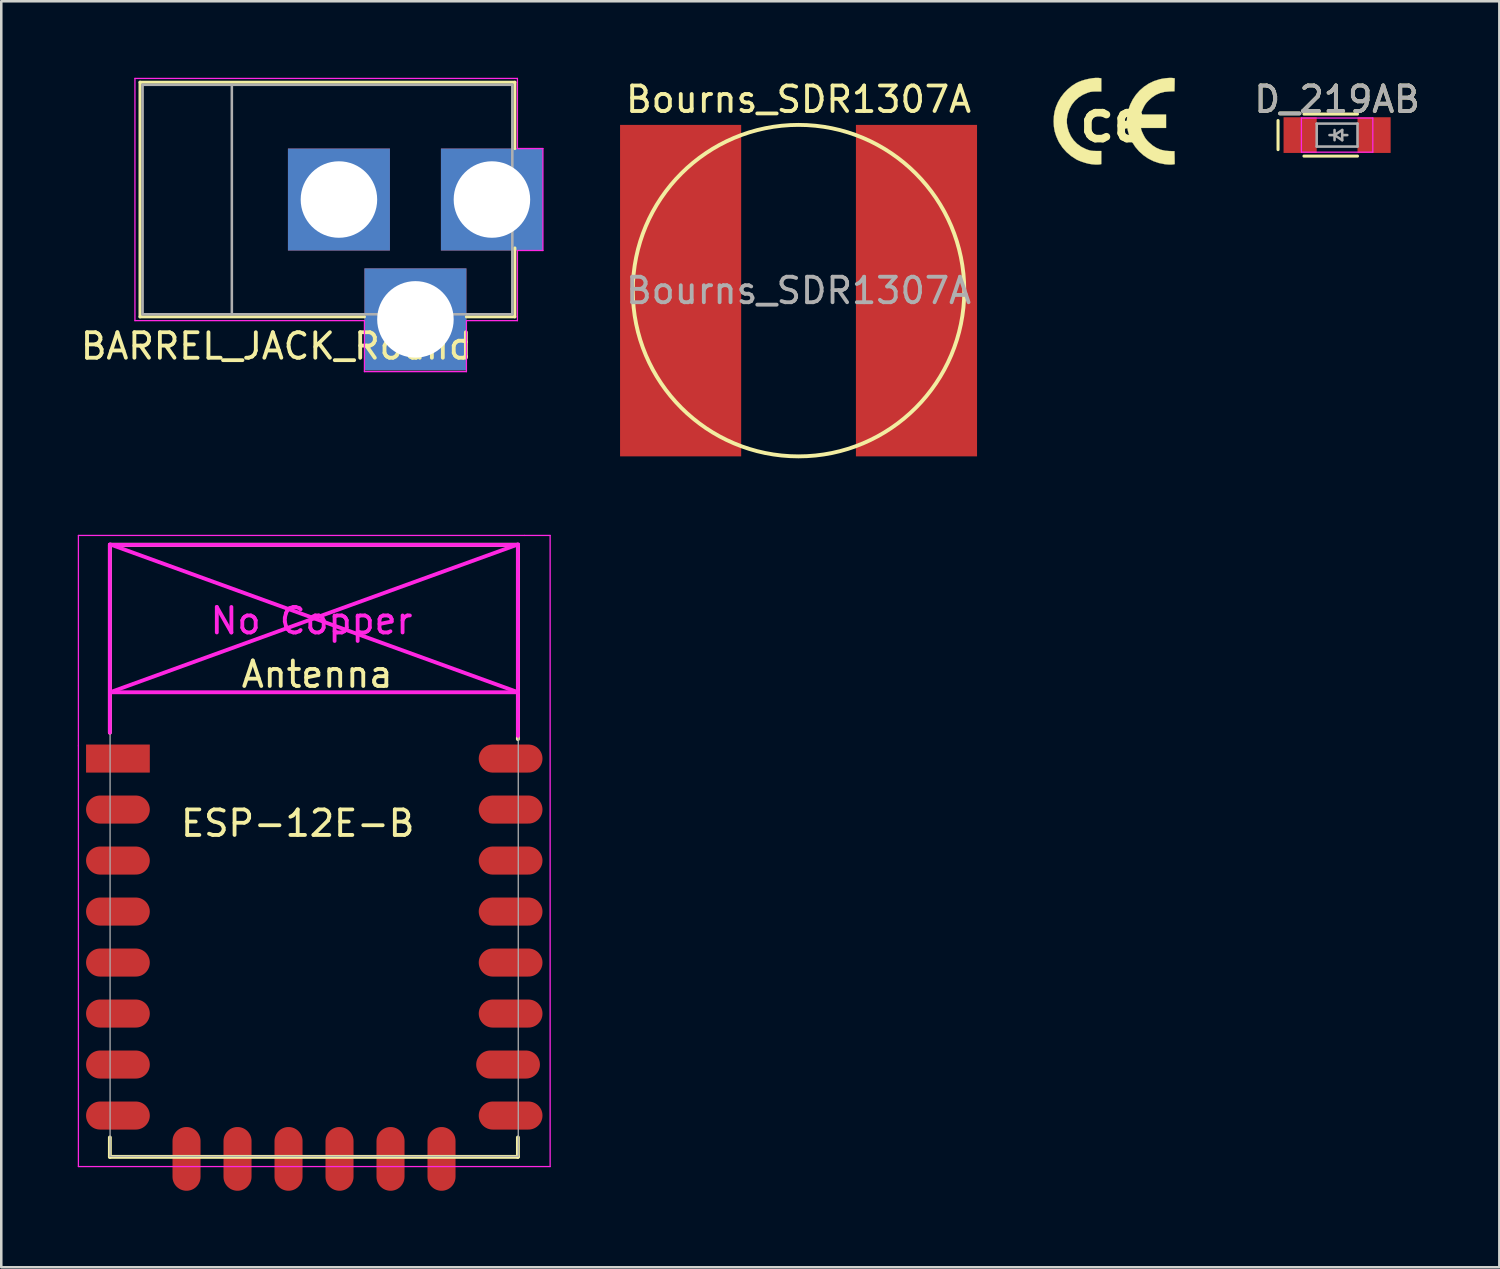
<source format=kicad_pcb>
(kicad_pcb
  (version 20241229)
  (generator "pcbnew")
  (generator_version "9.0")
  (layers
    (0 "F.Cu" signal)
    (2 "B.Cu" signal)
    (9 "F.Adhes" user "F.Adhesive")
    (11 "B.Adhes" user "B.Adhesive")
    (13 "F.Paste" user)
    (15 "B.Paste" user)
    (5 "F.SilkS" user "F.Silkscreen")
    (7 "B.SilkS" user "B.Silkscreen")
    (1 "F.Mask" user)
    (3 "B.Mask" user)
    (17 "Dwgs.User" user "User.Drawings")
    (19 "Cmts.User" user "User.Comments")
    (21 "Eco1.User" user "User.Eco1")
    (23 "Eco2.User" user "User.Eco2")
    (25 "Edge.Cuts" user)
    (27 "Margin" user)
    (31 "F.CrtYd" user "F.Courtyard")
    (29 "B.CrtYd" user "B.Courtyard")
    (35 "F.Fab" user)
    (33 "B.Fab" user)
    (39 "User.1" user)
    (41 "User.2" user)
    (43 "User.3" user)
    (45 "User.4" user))
  (footprint "D_219AB"
    (layer "F.Cu")
    (at 49.388 2.248)
    (property "Reference" "D_219AB" (at 0 -1.4 0) (layer "F.SilkS") (effects (font (size 1 1) (thickness 0.15))))
    (attr smd)
    (fp_line (start -2.316 -0.57) (end -2.316 0.57) (stroke (width 0.12) (type solid)) (layer "F.SilkS"))
    (fp_line (start -1.3 -0.824) (end 0.8 -0.824) (stroke (width 0.12) (type solid)) (layer "F.SilkS"))
    (fp_line (start -1.3 0.824) (end 0.8 0.824) (stroke (width 0.12) (type solid)) (layer "F.SilkS"))
    (fp_line (start -1.4 -0.67) (end -1.4 0.67) (stroke (width 0.05) (type solid)) (layer "F.CrtYd"))
    (fp_line (start -1.4 0.67) (end 1.4 0.67) (stroke (width 0.05) (type solid)) (layer "F.CrtYd"))
    (fp_line (start 1.4 -0.67) (end -1.4 -0.67) (stroke (width 0.05) (type solid)) (layer "F.CrtYd"))
    (fp_line (start 1.4 0.67) (end 1.4 -0.67) (stroke (width 0.05) (type solid)) (layer "F.CrtYd"))
    (fp_line (start -0.8 -0.45) (end 0.8 -0.45) (stroke (width 0.1) (type solid)) (layer "F.Fab"))
    (fp_line (start -0.8 0.45) (end -0.8 -0.45) (stroke (width 0.1) (type solid)) (layer "F.Fab"))
    (fp_line (start -0.1 -0.2) (end -0.1 0.2) (stroke (width 0.1) (type solid)) (layer "F.Fab"))
    (fp_line (start -0.1 0) (end -0.3 0) (stroke (width 0.1) (type solid)) (layer "F.Fab"))
    (fp_line (start -0.1 0) (end 0.2 0.2) (stroke (width 0.1) (type solid)) (layer "F.Fab"))
    (fp_line (start 0.2 -0.2) (end -0.1 0) (stroke (width 0.1) (type solid)) (layer "F.Fab"))
    (fp_line (start 0.2 0) (end 0.4 0) (stroke (width 0.1) (type solid)) (layer "F.Fab"))
    (fp_line (start 0.2 0.2) (end 0.2 -0.2) (stroke (width 0.1) (type solid)) (layer "F.Fab"))
    (fp_line (start 0.8 -0.45) (end 0.8 0.45) (stroke (width 0.1) (type solid)) (layer "F.Fab"))
    (fp_line (start 0.8 0.45) (end -0.8 0.45) (stroke (width 0.1) (type solid)) (layer "F.Fab"))
    (fp_text user "${REFERENCE}" (at 0 -1.4 0) (layer "F.Fab") (effects (font (size 1 1) (thickness 0.15))))
    (pad "1" smd rect (at -1.45 0) (size 1.3 1.4) (layers "F.Cu" "F.Mask" "F.Paste"))
    (pad "2" smd rect (at 1.45 0) (size 1.3 1.4) (layers "F.Cu" "F.Mask" "F.Paste")))
  (footprint "ESP-12E-B"
    (layer "F.Cu")
    (at 9.26 18.317)
    (property "Reference" "ESP-12E-B" (at -0.635 10.922 0) (layer "F.SilkS") (effects (font (size 1 1) (thickness 0.15))))
    (attr through_hole)
    (fp_line (start -8.001 0) (end 8.001 0) (stroke (width 0.152) (type solid)) (layer "F.SilkS"))
    (fp_line (start -8.001 7.366) (end -8.001 0) (stroke (width 0.152) (type solid)) (layer "F.SilkS"))
    (fp_line (start -8.001 23.241) (end -8.001 24.003) (stroke (width 0.152) (type solid)) (layer "F.SilkS"))
    (fp_line (start -8.001 24.003) (end 8.001 24.003) (stroke (width 0.152) (type solid)) (layer "F.SilkS"))
    (fp_line (start 8.001 0) (end 8.001 7.62) (stroke (width 0.152) (type solid)) (layer "F.SilkS"))
    (fp_line (start 8.001 24.003) (end 8.001 23.241) (stroke (width 0.152) (type solid)) (layer "F.SilkS"))
    (fp_line (start -9.235 -0.368) (end 8.265 -0.368) (stroke (width 0.05) (type solid)) (layer "F.CrtYd"))
    (fp_line (start -9.235 7.882) (end -9.235 -0.368) (stroke (width 0.05) (type solid)) (layer "F.CrtYd"))
    (fp_line (start -9.235 24.382) (end -9.235 7.882) (stroke (width 0.05) (type solid)) (layer "F.CrtYd"))
    (fp_line (start -8.001 0) (end -8.001 7.366) (stroke (width 0.152) (type solid)) (layer "F.CrtYd"))
    (fp_line (start -8.001 0) (end 8.001 0) (stroke (width 0.152) (type solid)) (layer "F.CrtYd"))
    (fp_line (start -7.993 -0.018) (end 8.007 5.782) (stroke (width 0.152) (type solid)) (layer "F.CrtYd"))
    (fp_line (start -7.993 5.782) (end 8.007 5.782) (stroke (width 0.152) (type solid)) (layer "F.CrtYd"))
    (fp_line (start 8.001 0) (end 8.001 7.493) (stroke (width 0.152) (type solid)) (layer "F.CrtYd"))
    (fp_line (start 8.007 -0.018) (end -7.993 5.782) (stroke (width 0.152) (type solid)) (layer "F.CrtYd"))
    (fp_line (start 8.265 -0.368) (end 9.265 -0.368) (stroke (width 0.05) (type solid)) (layer "F.CrtYd"))
    (fp_line (start 9.265 -0.368) (end 9.265 24.382) (stroke (width 0.05) (type solid)) (layer "F.CrtYd"))
    (fp_line (start 9.265 24.382) (end -9.235 24.382) (stroke (width 0.05) (type solid)) (layer "F.CrtYd"))
    (fp_line (start -7.993 -0.018) (end 8.007 -0.018) (stroke (width 0.05) (type solid)) (layer "F.Fab"))
    (fp_line (start -7.993 23.982) (end -7.993 -0.018) (stroke (width 0.05) (type solid)) (layer "F.Fab"))
    (fp_line (start 8.007 23.982) (end -7.993 23.982) (stroke (width 0.05) (type solid)) (layer "F.Fab"))
    (fp_line (start 8.015 -0.018) (end 8.015 23.982) (stroke (width 0.05) (type solid)) (layer "F.Fab"))
    (fp_text user "Antenna" (at 0.127 5.08 0) (layer "F.SilkS") (effects (font (size 1 1) (thickness 0.15))))
    (fp_text user "No Copper" (at -0.093 2.982 0) (layer "F.CrtYd") (effects (font (size 1 1) (thickness 0.15))))
    (pad "1" smd rect (at -6.985 8.382) (size 2.5 1.1) (drill (offset -0.7 0)) (layers "F.Cu" "F.Mask" "F.Paste"))
    (pad "2" smd oval (at -6.985 10.382) (size 2.5 1.1) (drill (offset -0.7 0)) (layers "F.Cu" "F.Mask" "F.Paste"))
    (pad "3" smd oval (at -6.985 12.382) (size 2.5 1.1) (drill (offset -0.7 0)) (layers "F.Cu" "F.Mask" "F.Paste"))
    (pad "4" smd oval (at -6.985 14.382) (size 2.5 1.1) (drill (offset -0.7 0)) (layers "F.Cu" "F.Mask" "F.Paste"))
    (pad "5" smd oval (at -6.985 16.382) (size 2.5 1.1) (drill (offset -0.7 0)) (layers "F.Cu" "F.Mask" "F.Paste"))
    (pad "6" connect oval (at -6.985 18.382) (size 2.5 1.1) (drill (offset -0.7 0)) (layers "F.Cu" "F.Mask"))
    (pad "7" smd oval (at -6.985 20.382) (size 2.5 1.1) (drill (offset -0.7 0)) (layers "F.Cu" "F.Mask" "F.Paste"))
    (pad "8" smd oval (at -6.985 22.382) (size 2.5 1.1) (drill (offset -0.7 0)) (layers "F.Cu" "F.Mask" "F.Paste"))
    (pad "9" smd oval (at 7.015 22.382) (size 2.5 1.1) (drill (offset 0.7 0)) (layers "F.Cu" "F.Mask" "F.Paste"))
    (pad "10" smd oval (at 7.015 20.382) (size 2.5 1.1) (drill (offset 0.6 0)) (layers "F.Cu" "F.Mask" "F.Paste"))
    (pad "11" smd oval (at 7.015 18.382) (size 2.5 1.1) (drill (offset 0.7 0)) (layers "F.Cu" "F.Mask" "F.Paste"))
    (pad "12" smd oval (at 7.015 16.382) (size 2.5 1.1) (drill (offset 0.7 0)) (layers "F.Cu" "F.Mask" "F.Paste"))
    (pad "13" smd oval (at 7.015 14.382) (size 2.5 1.1) (drill (offset 0.7 0)) (layers "F.Cu" "F.Mask" "F.Paste"))
    (pad "14" smd oval (at 7.015 12.382) (size 2.5 1.1) (drill (offset 0.7 0)) (layers "F.Cu" "F.Mask" "F.Paste"))
    (pad "15" smd oval (at 7.015 10.382) (size 2.5 1.1) (drill (offset 0.7 0)) (layers "F.Cu" "F.Mask" "F.Paste"))
    (pad "16" smd oval (at 7.015 8.382) (size 2.5 1.1) (drill (offset 0.7 0)) (layers "F.Cu" "F.Mask" "F.Paste"))
    (pad "17" smd oval (at -4.995 23.382 90) (size 2.5 1.1) (drill (offset -0.7 0)) (layers "F.Cu" "F.Mask" "F.Paste"))
    (pad "18" smd oval (at -2.995 23.382 90) (size 2.5 1.1) (drill (offset -0.7 0)) (layers "F.Cu" "F.Mask" "F.Paste"))
    (pad "19" smd oval (at -0.995 23.382 90) (size 2.5 1.1) (drill (offset -0.7 0)) (layers "F.Cu" "F.Mask" "F.Paste"))
    (pad "20" smd oval (at 1.005 23.382 90) (size 2.5 1.1) (drill (offset -0.7 0)) (layers "F.Cu" "F.Mask" "F.Paste"))
    (pad "21" smd oval (at 3.005 23.382 90) (size 2.5 1.1) (drill (offset -0.7 0)) (layers "F.Cu" "F.Mask" "F.Paste"))
    (pad "22" smd oval (at 5.005 23.382 90) (size 2.5 1.1) (drill (offset -0.7 0)) (layers "F.Cu" "F.Mask" "F.Paste")))
  (footprint "ce"
    (layer "F.Cu")
    (at 40.631 1.696)
    (property "Reference" "ce" (at 0 0 0) (layer "F.SilkS") (effects (font (size 1.524 1.524) (thickness 0.3))))
    (attr through_hole)
    (fp_poly (pts (xy 2.313 -1.686) (xy 2.318 -1.685) (xy 2.388 -1.673) (xy 2.384 -1.42) (xy 2.379 -1.167) (xy 2.184 -1.161) (xy 1.988 -1.143) (xy 1.81 -1.098) (xy 1.646 -1.025) (xy 1.492 -0.921) (xy 1.37 -0.812) (xy 1.298 -0.737) (xy 1.244 -0.668) (xy 1.197 -0.592) (xy 1.162 -0.524) (xy 1.128 -0.451) (xy 1.099 -0.384) (xy 1.079 -0.331) (xy 1.073 -0.309) (xy 1.063 -0.254) (xy 2.049 -0.254) (xy 2.049 0.271) (xy 1.063 0.271) (xy 1.073 0.326) (xy 1.085 0.364) (xy 1.108 0.424) (xy 1.14 0.494) (xy 1.162 0.541) (xy 1.21 0.632) (xy 1.258 0.704) (xy 1.316 0.774) (xy 1.37 0.829) (xy 1.52 0.959) (xy 1.676 1.058) (xy 1.842 1.126) (xy 2.023 1.166) (xy 2.184 1.178) (xy 2.379 1.183) (xy 2.384 1.436) (xy 2.388 1.689) (xy 2.335 1.7) (xy 2.258 1.707) (xy 2.154 1.706) (xy 2.029 1.696) (xy 1.99 1.691) (xy 1.762 1.646) (xy 1.546 1.57) (xy 1.344 1.467) (xy 1.158 1.338) (xy 0.99 1.186) (xy 0.843 1.014) (xy 0.72 0.824) (xy 0.623 0.619) (xy 0.555 0.4) (xy 0.526 0.248) (xy 0.51 0.014) (xy 0.526 -0.215) (xy 0.571 -0.437) (xy 0.645 -0.649) (xy 0.745 -0.848) (xy 0.87 -1.033) (xy 1.018 -1.2) (xy 1.187 -1.346) (xy 1.375 -1.47) (xy 1.58 -1.568) (xy 1.801 -1.638) (xy 1.815 -1.641) (xy 1.921 -1.662) (xy 2.034 -1.678) (xy 2.143 -1.688) (xy 2.239 -1.691) (xy 2.313 -1.686)) (stroke (width 0.01) (type solid)) (fill yes) (layer "F.SilkS"))
    (fp_poly (pts (xy -0.599 -1.69) (xy -0.571 -1.686) (xy -0.491 -1.674) (xy -0.491 -1.417) (xy -0.491 -1.16) (xy -0.69 -1.159) (xy -0.785 -1.157) (xy -0.857 -1.152) (xy -0.918 -1.142) (xy -0.979 -1.126) (xy -1.024 -1.111) (xy -1.214 -1.03) (xy -1.382 -0.924) (xy -1.526 -0.794) (xy -1.646 -0.643) (xy -1.739 -0.473) (xy -1.804 -0.284) (xy -1.822 -0.206) (xy -1.842 -0.062) (xy -1.842 0.073) (xy -1.823 0.217) (xy -1.822 0.223) (xy -1.768 0.417) (xy -1.686 0.595) (xy -1.576 0.754) (xy -1.441 0.892) (xy -1.283 1.008) (xy -1.103 1.098) (xy -1.024 1.128) (xy -0.956 1.149) (xy -0.895 1.163) (xy -0.83 1.171) (xy -0.748 1.174) (xy -0.69 1.175) (xy -0.491 1.177) (xy -0.491 1.433) (xy -0.491 1.689) (xy -0.544 1.7) (xy -0.622 1.707) (xy -0.729 1.706) (xy -0.86 1.695) (xy -0.897 1.69) (xy -0.995 1.673) (xy -1.11 1.643) (xy -1.23 1.605) (xy -1.345 1.563) (xy -1.441 1.52) (xy -1.472 1.504) (xy -1.674 1.372) (xy -1.854 1.218) (xy -2.01 1.043) (xy -2.139 0.851) (xy -2.182 0.768) (xy -2.263 0.583) (xy -2.318 0.405) (xy -2.349 0.221) (xy -2.359 0.02) (xy -2.359 0.008) (xy -2.35 -0.193) (xy -2.32 -0.377) (xy -2.267 -0.556) (xy -2.188 -0.74) (xy -2.182 -0.752) (xy -2.08 -0.927) (xy -1.953 -1.093) (xy -1.806 -1.245) (xy -1.646 -1.378) (xy -1.478 -1.485) (xy -1.386 -1.531) (xy -1.259 -1.58) (xy -1.12 -1.622) (xy -0.976 -1.655) (xy -0.836 -1.679) (xy -0.708 -1.691) (xy -0.599 -1.69)) (stroke (width 0.01) (type solid)) (fill yes) (layer "F.SilkS")))
  (footprint "BARREL_JACK_Round"
    (layer "F.Cu")
    (at 16.242 4.775)
    (property "Reference" "BARREL_JACK_Round" (at -8.45 5.75 180) (layer "F.SilkS") (effects (font (size 1 1) (thickness 0.15))))
    (attr through_hole)
    (fp_line (start -13.8 -4.6) (end 0.9 -4.6) (stroke (width 0.12) (type solid)) (layer "F.SilkS"))
    (fp_line (start -13.8 4.6) (end -13.8 -4.6) (stroke (width 0.12) (type solid)) (layer "F.SilkS"))
    (fp_line (start -5 4.6) (end -13.8 4.6) (stroke (width 0.12) (type solid)) (layer "F.SilkS"))
    (fp_line (start 0.9 -4.6) (end 0.9 -2) (stroke (width 0.12) (type solid)) (layer "F.SilkS"))
    (fp_line (start 0.9 1.9) (end 0.9 4.6) (stroke (width 0.12) (type solid)) (layer "F.SilkS"))
    (fp_line (start 0.9 4.6) (end -1 4.6) (stroke (width 0.12) (type solid)) (layer "F.SilkS"))
    (fp_line (start -14 4.75) (end -14 -4.75) (stroke (width 0.05) (type solid)) (layer "F.CrtYd"))
    (fp_line (start -5 4.75) (end -14 4.75) (stroke (width 0.05) (type solid)) (layer "F.CrtYd"))
    (fp_line (start -5 6.75) (end -5 4.75) (stroke (width 0.05) (type solid)) (layer "F.CrtYd"))
    (fp_line (start -1 4.75) (end -1 6.75) (stroke (width 0.05) (type solid)) (layer "F.CrtYd"))
    (fp_line (start -1 6.75) (end -5 6.75) (stroke (width 0.05) (type solid)) (layer "F.CrtYd"))
    (fp_line (start 1 -4.75) (end -14 -4.75) (stroke (width 0.05) (type solid)) (layer "F.CrtYd"))
    (fp_line (start 1 -4.5) (end 1 -4.75) (stroke (width 0.05) (type solid)) (layer "F.CrtYd"))
    (fp_line (start 1 -4.5) (end 1 -2) (stroke (width 0.05) (type solid)) (layer "F.CrtYd"))
    (fp_line (start 1 -2) (end 2 -2) (stroke (width 0.05) (type solid)) (layer "F.CrtYd"))
    (fp_line (start 1 2) (end 1 4.75) (stroke (width 0.05) (type solid)) (layer "F.CrtYd"))
    (fp_line (start 1 4.75) (end -1 4.75) (stroke (width 0.05) (type solid)) (layer "F.CrtYd"))
    (fp_line (start 2 -2) (end 2 2) (stroke (width 0.05) (type solid)) (layer "F.CrtYd"))
    (fp_line (start 2 2) (end 1 2) (stroke (width 0.05) (type solid)) (layer "F.CrtYd"))
    (fp_line (start -13.7 -4.5) (end -13.7 4.5) (stroke (width 0.1) (type solid)) (layer "F.Fab"))
    (fp_line (start -13.7 4.5) (end 0.8 4.5) (stroke (width 0.1) (type solid)) (layer "F.Fab"))
    (fp_line (start -10.2 -4.5) (end -10.2 4.5) (stroke (width 0.1) (type solid)) (layer "F.Fab"))
    (fp_line (start 0.8 -4.5) (end -13.7 -4.5) (stroke (width 0.1) (type solid)) (layer "F.Fab"))
    (fp_line (start 0.8 4.5) (end 0.8 -4.5) (stroke (width 0.1) (type solid)) (layer "F.Fab"))
    (pad "1" thru_hole rect (at 0 0) (size 4 4) (drill oval 3) (layers "*.Cu" "*.Mask"))
    (pad "2" thru_hole rect (at -6 0) (size 4 4) (drill oval 3) (layers "*.Cu" "*.Mask"))
    (pad "3" thru_hole rect (at -3 4.7) (size 4 4) (drill oval 3) (layers "*.Cu" "*.Mask")))
  (footprint "Bourns_SDR1307A"
    (layer "F.Cu")
    (at 28.267 8.348)
    (property "Reference" "Bourns_SDR1307A" (at 0 -7.5 0) (layer "F.SilkS") (effects (font (size 1 1) (thickness 0.15))))
    (attr smd)
    (fp_circle (center 0 0) (end 6.5 0) (stroke (width 0.152) (type solid)) (fill no) (layer "F.SilkS"))
    (fp_text user "${REFERENCE}" (at 0 0 0) (layer "F.Fab") (effects (font (size 1 1) (thickness 0.15))))
    (pad "1" smd rect (at -4.625 0) (size 4.75 13) (layers "F.Cu" "F.Mask" "F.Paste"))
    (pad "2" smd rect (at 4.625 0) (size 4.75 13) (layers "F.Cu" "F.Mask" "F.Paste")))
  (gr_rect
    (start -3 -3)
    (end 55.751 46.649)
    (stroke (width 0.1) (type default))
    (fill no)
    (layer "Edge.Cuts")))
</source>
